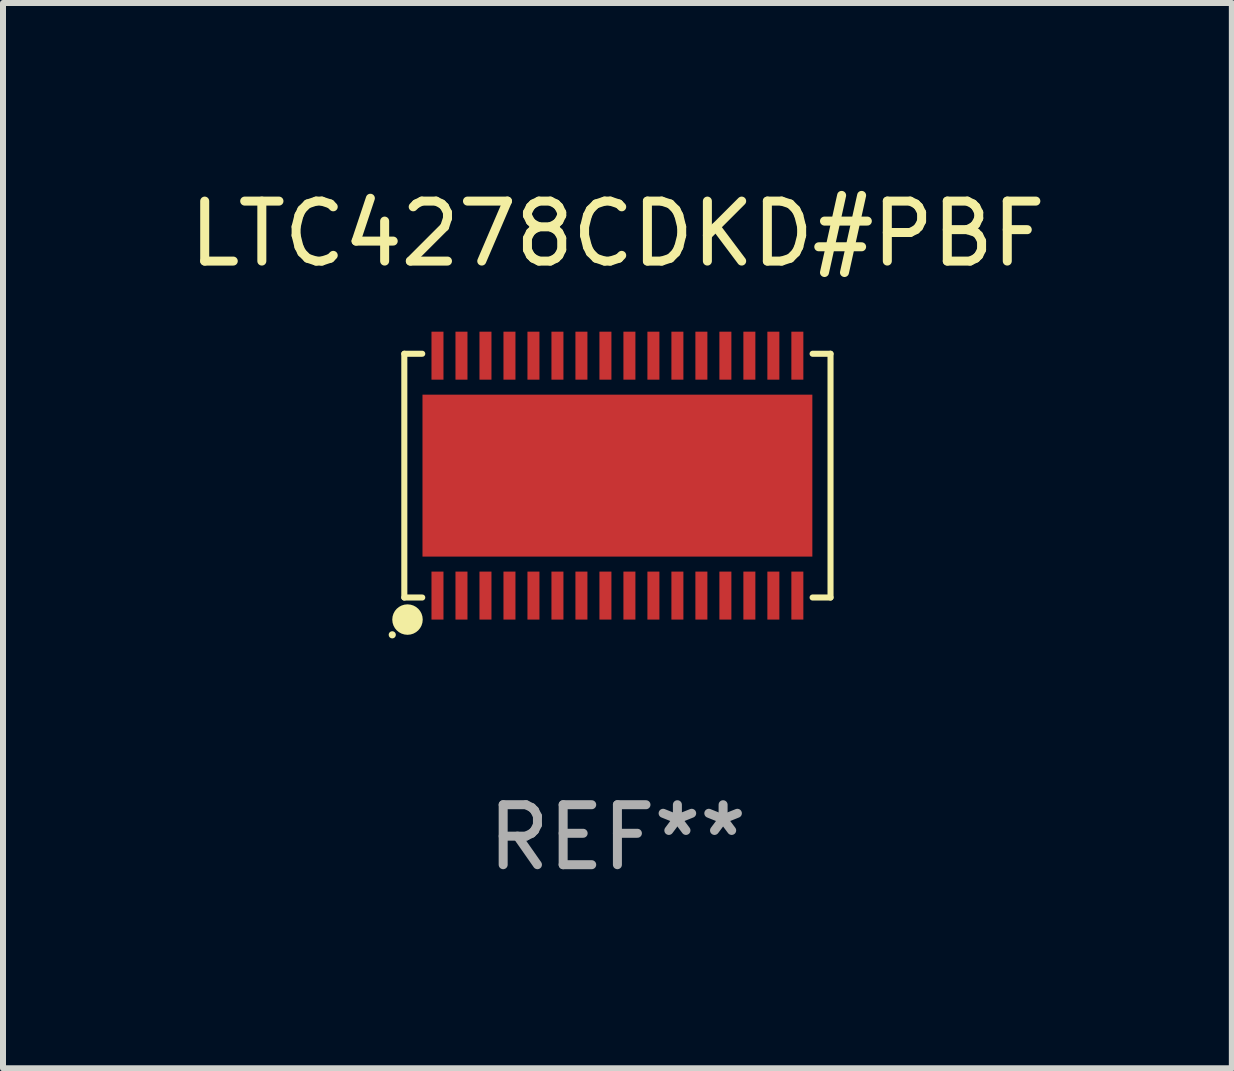
<source format=kicad_pcb>
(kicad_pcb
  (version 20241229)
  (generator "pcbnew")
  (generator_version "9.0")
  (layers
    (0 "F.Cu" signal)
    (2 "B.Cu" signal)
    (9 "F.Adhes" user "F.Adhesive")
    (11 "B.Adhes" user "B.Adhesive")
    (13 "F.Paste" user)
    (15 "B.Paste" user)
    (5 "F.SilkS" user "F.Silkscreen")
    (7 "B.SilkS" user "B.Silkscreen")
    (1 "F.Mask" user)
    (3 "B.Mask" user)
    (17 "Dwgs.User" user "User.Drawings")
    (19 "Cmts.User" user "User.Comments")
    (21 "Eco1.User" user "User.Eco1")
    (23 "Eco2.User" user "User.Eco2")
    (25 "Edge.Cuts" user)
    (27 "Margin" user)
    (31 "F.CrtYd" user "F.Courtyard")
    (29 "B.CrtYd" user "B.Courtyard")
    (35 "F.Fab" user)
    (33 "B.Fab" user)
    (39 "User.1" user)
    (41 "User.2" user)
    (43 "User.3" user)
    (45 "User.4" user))
  (footprint "LTC4278CDKD#PBF"
    (layer "F.Cu")
    (at 7.244 4.88)
    (property "Reference" "LTC4278CDKD#PBF" (at 0 -4.032 0) (layer "F.SilkS") (effects (font (size 1 1) (thickness 0.15))))
    (attr through_hole)
    (fp_line (start -3.553 -2.032) (end -3.553 2.032) (stroke (width 0.101) (type solid)) (layer "F.SilkS"))
    (fp_line (start -3.553 -2.032) (end -3.254 -2.032) (stroke (width 0.101) (type solid)) (layer "F.SilkS"))
    (fp_line (start -3.553 2.032) (end -3.254 2.032) (stroke (width 0.101) (type solid)) (layer "F.SilkS"))
    (fp_line (start 3.254 -2.032) (end 3.553 -2.032) (stroke (width 0.101) (type solid)) (layer "F.SilkS"))
    (fp_line (start 3.254 2.032) (end 3.553 2.032) (stroke (width 0.101) (type solid)) (layer "F.SilkS"))
    (fp_line (start 3.553 -2.032) (end 3.553 2.032) (stroke (width 0.101) (type solid)) (layer "F.SilkS"))
    (fp_circle (center -3.754 2.654) (end -3.724 2.654) (stroke (width 0.06) (type solid)) (fill no) (layer "F.SilkS"))
    (fp_circle (center -3.5 2.4) (end -3.373 2.4) (stroke (width 0.254) (type solid)) (fill no) (layer "F.SilkS"))
    (fp_text user "REF**" (at 0 6.032 0) (layer "F.Fab") (effects (font (size 1 1) (thickness 0.15))))
    (pad "1" smd rect (at -3 2 180) (size 0.2 0.8) (layers "F.Cu" "F.Mask" "F.Paste"))
    (pad "2" smd rect (at -2.6 2 180) (size 0.2 0.8) (layers "F.Cu" "F.Mask" "F.Paste"))
    (pad "3" smd rect (at -2.2 2 180) (size 0.2 0.8) (layers "F.Cu" "F.Mask" "F.Paste"))
    (pad "4" smd rect (at -1.8 2 180) (size 0.2 0.8) (layers "F.Cu" "F.Mask" "F.Paste"))
    (pad "5" smd rect (at -1.4 2 180) (size 0.2 0.8) (layers "F.Cu" "F.Mask" "F.Paste"))
    (pad "6" smd rect (at -1 2 180) (size 0.2 0.8) (layers "F.Cu" "F.Mask" "F.Paste"))
    (pad "7" smd rect (at -0.6 2 180) (size 0.2 0.8) (layers "F.Cu" "F.Mask" "F.Paste"))
    (pad "8" smd rect (at -0.2 2 180) (size 0.2 0.8) (layers "F.Cu" "F.Mask" "F.Paste"))
    (pad "9" smd rect (at 0.2 2 180) (size 0.2 0.8) (layers "F.Cu" "F.Mask" "F.Paste"))
    (pad "10" smd rect (at 0.6 2 180) (size 0.2 0.8) (layers "F.Cu" "F.Mask" "F.Paste"))
    (pad "11" smd rect (at 1 2 180) (size 0.2 0.8) (layers "F.Cu" "F.Mask" "F.Paste"))
    (pad "12" smd rect (at 1.4 2 180) (size 0.2 0.8) (layers "F.Cu" "F.Mask" "F.Paste"))
    (pad "13" smd rect (at 1.8 2 180) (size 0.2 0.8) (layers "F.Cu" "F.Mask" "F.Paste"))
    (pad "14" smd rect (at 2.2 2 180) (size 0.2 0.8) (layers "F.Cu" "F.Mask" "F.Paste"))
    (pad "15" smd rect (at 2.6 2 180) (size 0.2 0.8) (layers "F.Cu" "F.Mask" "F.Paste"))
    (pad "16" smd rect (at 3 2 180) (size 0.2 0.8) (layers "F.Cu" "F.Mask" "F.Paste"))
    (pad "17" smd rect (at 3 -2) (size 0.2 0.8) (layers "F.Cu" "F.Mask" "F.Paste"))
    (pad "18" smd rect (at 2.6 -2) (size 0.2 0.8) (layers "F.Cu" "F.Mask" "F.Paste"))
    (pad "19" smd rect (at 2.2 -2) (size 0.2 0.8) (layers "F.Cu" "F.Mask" "F.Paste"))
    (pad "20" smd rect (at 1.8 -2) (size 0.2 0.8) (layers "F.Cu" "F.Mask" "F.Paste"))
    (pad "21" smd rect (at 1.4 -2) (size 0.2 0.8) (layers "F.Cu" "F.Mask" "F.Paste"))
    (pad "22" smd rect (at 1 -2) (size 0.2 0.8) (layers "F.Cu" "F.Mask" "F.Paste"))
    (pad "23" smd rect (at 0.6 -2) (size 0.2 0.8) (layers "F.Cu" "F.Mask" "F.Paste"))
    (pad "24" smd rect (at 0.2 -2) (size 0.2 0.8) (layers "F.Cu" "F.Mask" "F.Paste"))
    (pad "25" smd rect (at -0.2 -2) (size 0.2 0.8) (layers "F.Cu" "F.Mask" "F.Paste"))
    (pad "26" smd rect (at -0.6 -2) (size 0.2 0.8) (layers "F.Cu" "F.Mask" "F.Paste"))
    (pad "27" smd rect (at -1 -2) (size 0.2 0.8) (layers "F.Cu" "F.Mask" "F.Paste"))
    (pad "28" smd rect (at -1.4 -2) (size 0.2 0.8) (layers "F.Cu" "F.Mask" "F.Paste"))
    (pad "29" smd rect (at -1.8 -2) (size 0.2 0.8) (layers "F.Cu" "F.Mask" "F.Paste"))
    (pad "30" smd rect (at -2.2 -2) (size 0.2 0.8) (layers "F.Cu" "F.Mask" "F.Paste"))
    (pad "31" smd rect (at -2.6 -2) (size 0.2 0.8) (layers "F.Cu" "F.Mask" "F.Paste"))
    (pad "32" smd rect (at -3 -2) (size 0.2 0.8) (layers "F.Cu" "F.Mask" "F.Paste"))
    (pad "33" smd rect (at 0 0) (size 6.5 2.7) (layers "F.Cu" "F.Mask" "F.Paste")))
  (gr_rect
    (start -3 -3)
    (end 17.488 14.761)
    (stroke (width 0.1) (type default))
    (fill no)
    (layer "Edge.Cuts")))
</source>
